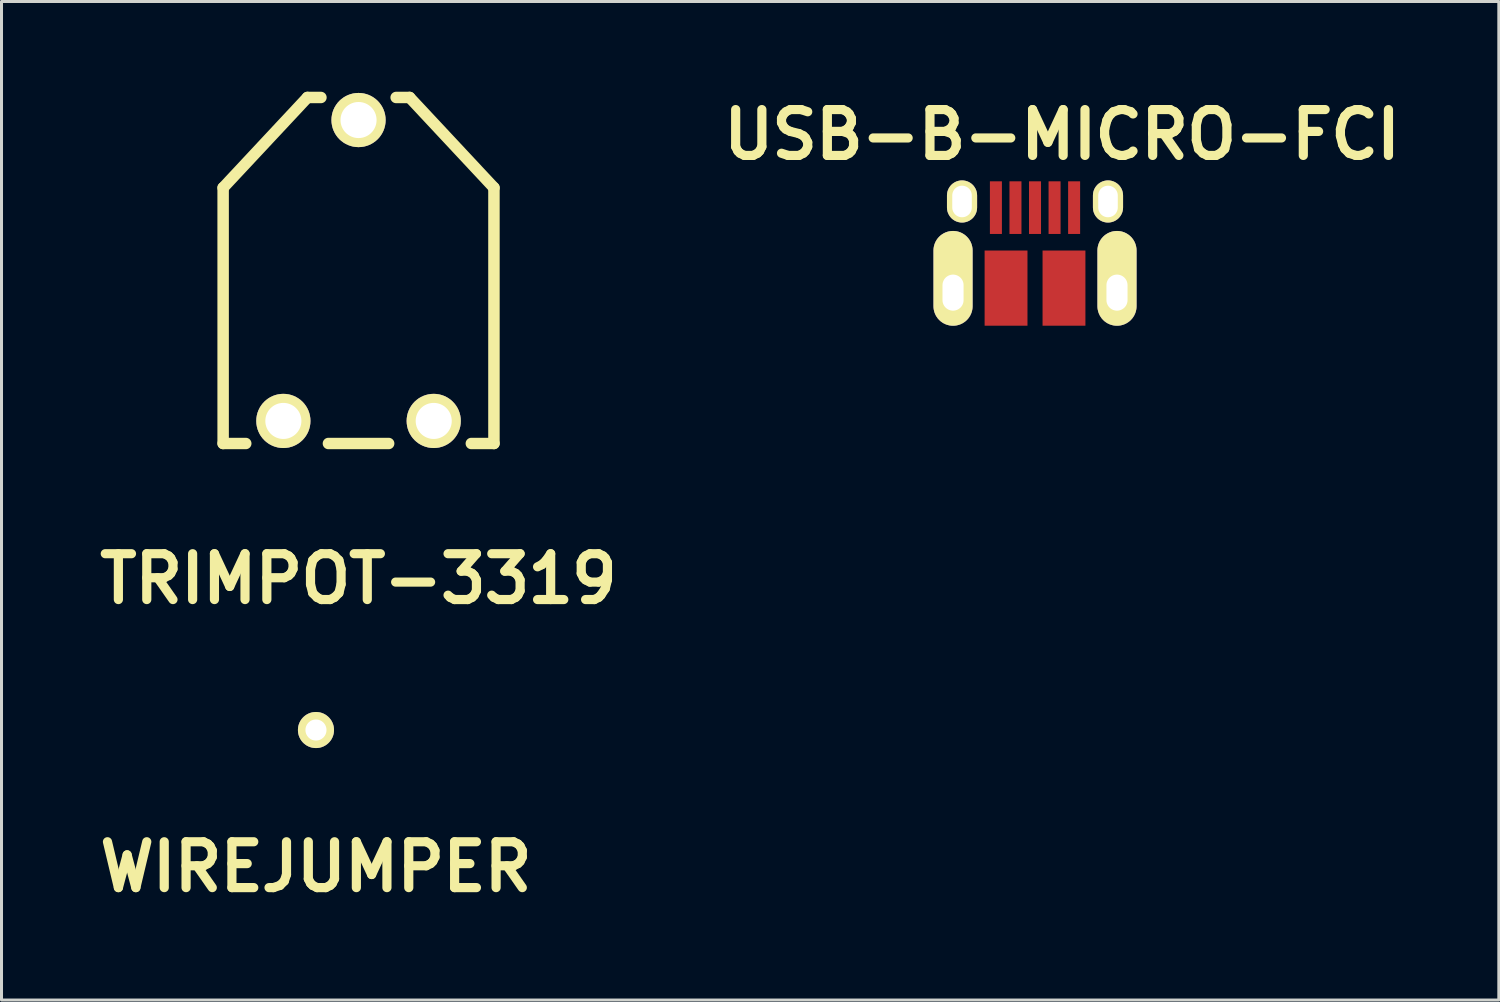
<source format=kicad_pcb>
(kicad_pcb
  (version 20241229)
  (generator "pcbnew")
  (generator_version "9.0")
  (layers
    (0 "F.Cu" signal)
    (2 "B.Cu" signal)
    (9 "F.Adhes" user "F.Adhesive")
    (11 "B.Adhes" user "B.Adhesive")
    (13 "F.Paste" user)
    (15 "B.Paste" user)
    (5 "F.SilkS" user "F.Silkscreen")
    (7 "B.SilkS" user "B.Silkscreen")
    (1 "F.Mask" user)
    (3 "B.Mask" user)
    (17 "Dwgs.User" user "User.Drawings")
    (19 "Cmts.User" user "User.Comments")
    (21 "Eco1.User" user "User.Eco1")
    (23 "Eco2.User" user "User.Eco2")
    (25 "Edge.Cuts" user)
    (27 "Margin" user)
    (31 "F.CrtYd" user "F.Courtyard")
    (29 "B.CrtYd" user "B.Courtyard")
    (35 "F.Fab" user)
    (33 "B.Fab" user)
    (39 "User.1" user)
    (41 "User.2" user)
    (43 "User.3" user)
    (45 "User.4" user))
  (footprint "WIREJUMPER"
    (layer "F.Cu")
    (at 7.453 21.216)
    (property "Reference" "WIREJUMPER" (at 0 4.549 0) (layer "F.SilkS") (effects (font (size 1.524 1.524) (thickness 0.305))))
    (attr through_hole)
    (pad "1" thru_hole circle (at 0 0) (size 1.199 1.199) (drill 0.701) (layers "*.Cu" "*.Mask" "F.SilkS")))
  (footprint "TRIMPOT-3319"
    (layer "F.Cu")
    (at 8.868 5.941)
    (property "Reference" "TRIMPOT-3319" (at 0 10.249 0) (layer "F.SilkS") (effects (font (size 1.524 1.524) (thickness 0.305))))
    (attr through_hole)
    (fp_line (start -4.501 -2.751) (end -4.501 5.751) (stroke (width 0.381) (type solid)) (layer "F.SilkS"))
    (fp_line (start -4.501 5.751) (end -3.749 5.751) (stroke (width 0.381) (type solid)) (layer "F.SilkS"))
    (fp_line (start -1.699 -5.751) (end -4.501 -2.751) (stroke (width 0.381) (type solid)) (layer "F.SilkS"))
    (fp_line (start -1.25 -5.751) (end -1.699 -5.751) (stroke (width 0.381) (type solid)) (layer "F.SilkS"))
    (fp_line (start -1.001 5.751) (end 1.001 5.751) (stroke (width 0.381) (type solid)) (layer "F.SilkS"))
    (fp_line (start 1.699 -5.751) (end 1.25 -5.751) (stroke (width 0.381) (type solid)) (layer "F.SilkS"))
    (fp_line (start 1.699 -5.751) (end 4.501 -2.751) (stroke (width 0.381) (type solid)) (layer "F.SilkS"))
    (fp_line (start 4.501 -2.751) (end 4.501 5.751) (stroke (width 0.381) (type solid)) (layer "F.SilkS"))
    (fp_line (start 4.501 5.751) (end 3.749 5.751) (stroke (width 0.381) (type solid)) (layer "F.SilkS"))
    (pad "1" thru_hole circle (at 2.499 5.001) (size 1.801 1.801) (drill 1.199) (layers "*.Cu" "*.Mask" "F.SilkS"))
    (pad "2" thru_hole circle (at 0 -5.001) (size 1.801 1.801) (drill 1.199) (layers "*.Cu" "*.Mask" "F.SilkS"))
    (pad "3" thru_hole circle (at -2.499 5.001) (size 1.801 1.801) (drill 1.199) (layers "*.Cu" "*.Mask" "F.SilkS")))
  (footprint "USB-B-MICRO-FCI"
    (layer "F.Cu")
    (at 31.354 8.376)
    (property "Reference" "USB-B-MICRO-FCI" (at 0.899 -6.949 0) (layer "F.SilkS") (effects (font (size 1.524 1.524) (thickness 0.305))))
    (attr through_hole)
    (pad "" thru_hole oval (at -2.725 -1.699) (size 1.3 3.15) (drill oval 0.701 1.199 (offset 0 -0.475)) (layers "*.Cu" "*.Mask" "F.SilkS"))
    (pad "" thru_hole oval (at -2.426 -4.729) (size 1.001 1.4) (drill oval 0.65 1.049) (layers "*.Cu" "*.Mask" "F.SilkS"))
    (pad "" smd rect (at -0.963 -1.849) (size 1.425 2.499) (layers "F.Cu" "F.Mask" "F.Paste"))
    (pad "" smd rect (at 0.65 -4.524) (size 0.399 1.75) (layers "F.Cu" "F.Mask" "F.Paste"))
    (pad "" smd rect (at 0.963 -1.849) (size 1.425 2.499) (layers "F.Cu" "F.Mask" "F.Paste"))
    (pad "" thru_hole oval (at 2.426 -4.729) (size 1.001 1.4) (drill oval 0.65 1.049) (layers "*.Cu" "*.Mask" "F.SilkS"))
    (pad "" thru_hole oval (at 2.725 -1.699) (size 1.3 3.15) (drill oval 0.701 1.199 (offset 0 -0.475)) (layers "*.Cu" "*.Mask" "F.SilkS"))
    (pad "1" smd rect (at -1.3 -4.524) (size 0.399 1.75) (layers "F.Cu" "F.Mask" "F.Paste"))
    (pad "2" smd rect (at -0.65 -4.524) (size 0.399 1.75) (layers "F.Cu" "F.Mask" "F.Paste"))
    (pad "3" smd rect (at 0 -4.524) (size 0.399 1.75) (layers "F.Cu" "F.Mask" "F.Paste"))
    (pad "4" smd rect (at 1.3 -4.524) (size 0.399 1.75) (layers "F.Cu" "F.Mask" "F.Paste")))
  (gr_rect
    (start -3 -3)
    (end 46.771 30.191)
    (stroke (width 0.1) (type default))
    (fill no)
    (layer "Edge.Cuts")))
</source>
